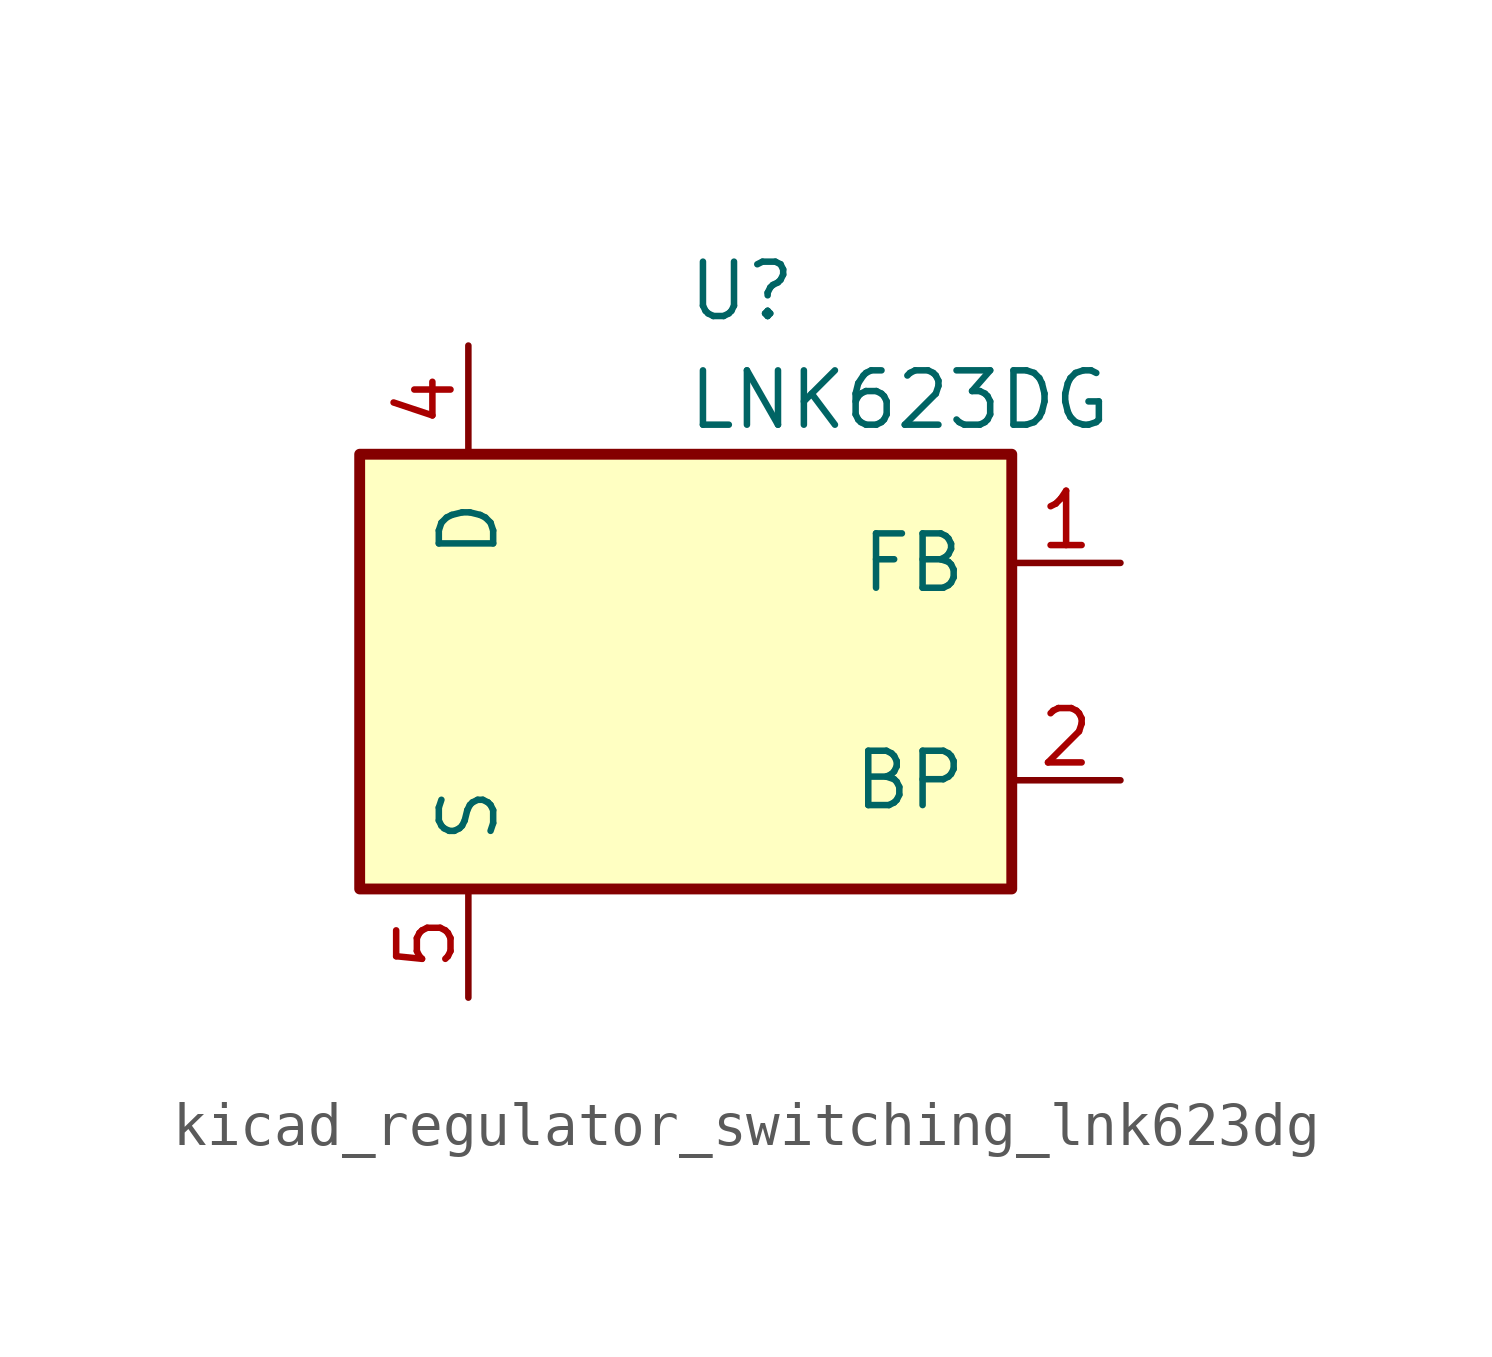
<source format=kicad_sym>
(kicad_symbol_lib
  (version 20220914)
  (generator kicad_symbol_editor)
  (symbol "kicad_regulator_switching_lnk623dg"
    (pin_names
      (offset 1.016))
    (property "Reference" "U"
      (at 0 8.89 0)
      (effects (font (size 1.27 1.27)) (justify left)))
    (property "Value" "LNK623DG"
      (at 0 6.35 0)
      (effects (font (size 1.27 1.27)) (justify left)))
    (symbol "kicad_regulator_switching_lnk623dg_0_1"
      (rectangle (start -7.62 5.08) (end 7.62 -5.08) (stroke (width 0.254) (type default)) (fill (type background))))
    (symbol "kicad_regulator_switching_lnk623dg_1_1"
      (pin input line (at 10.16 2.54 180) (length 2.54) (name "FB" (effects (font (size 1.27 1.27)))) (number "1" (effects (font (size 1.27 1.27)))))
      (pin input line (at 10.16 -2.54 180) (length 2.54) (name "BP" (effects (font (size 1.27 1.27)))) (number "2" (effects (font (size 1.27 1.27)))))
      (pin open_collector line (at -5.08 7.62 270) (length 2.54) (name "D" (effects (font (size 1.27 1.27)))) (number "4" (effects (font (size 1.27 1.27)))))
      (pin power_in line (at -5.08 -7.62 90) (length 2.54) (name "S" (effects (font (size 1.27 1.27)))) (number "5" (effects (font (size 1.27 1.27)))))
      (pin passive line (at -5.08 -7.62 90) (length 2.54) hide (name "S" (effects (font (size 1.27 1.27)))) (number "6" (effects (font (size 1.27 1.27)))))
      (pin passive line (at -5.08 -7.62 90) (length 2.54) hide (name "S" (effects (font (size 1.27 1.27)))) (number "7" (effects (font (size 1.27 1.27)))))
      (pin passive line (at -5.08 -7.62 90) (length 2.54) hide (name "S" (effects (font (size 1.27 1.27)))) (number "8" (effects (font (size 1.27 1.27))))))))
</source>
